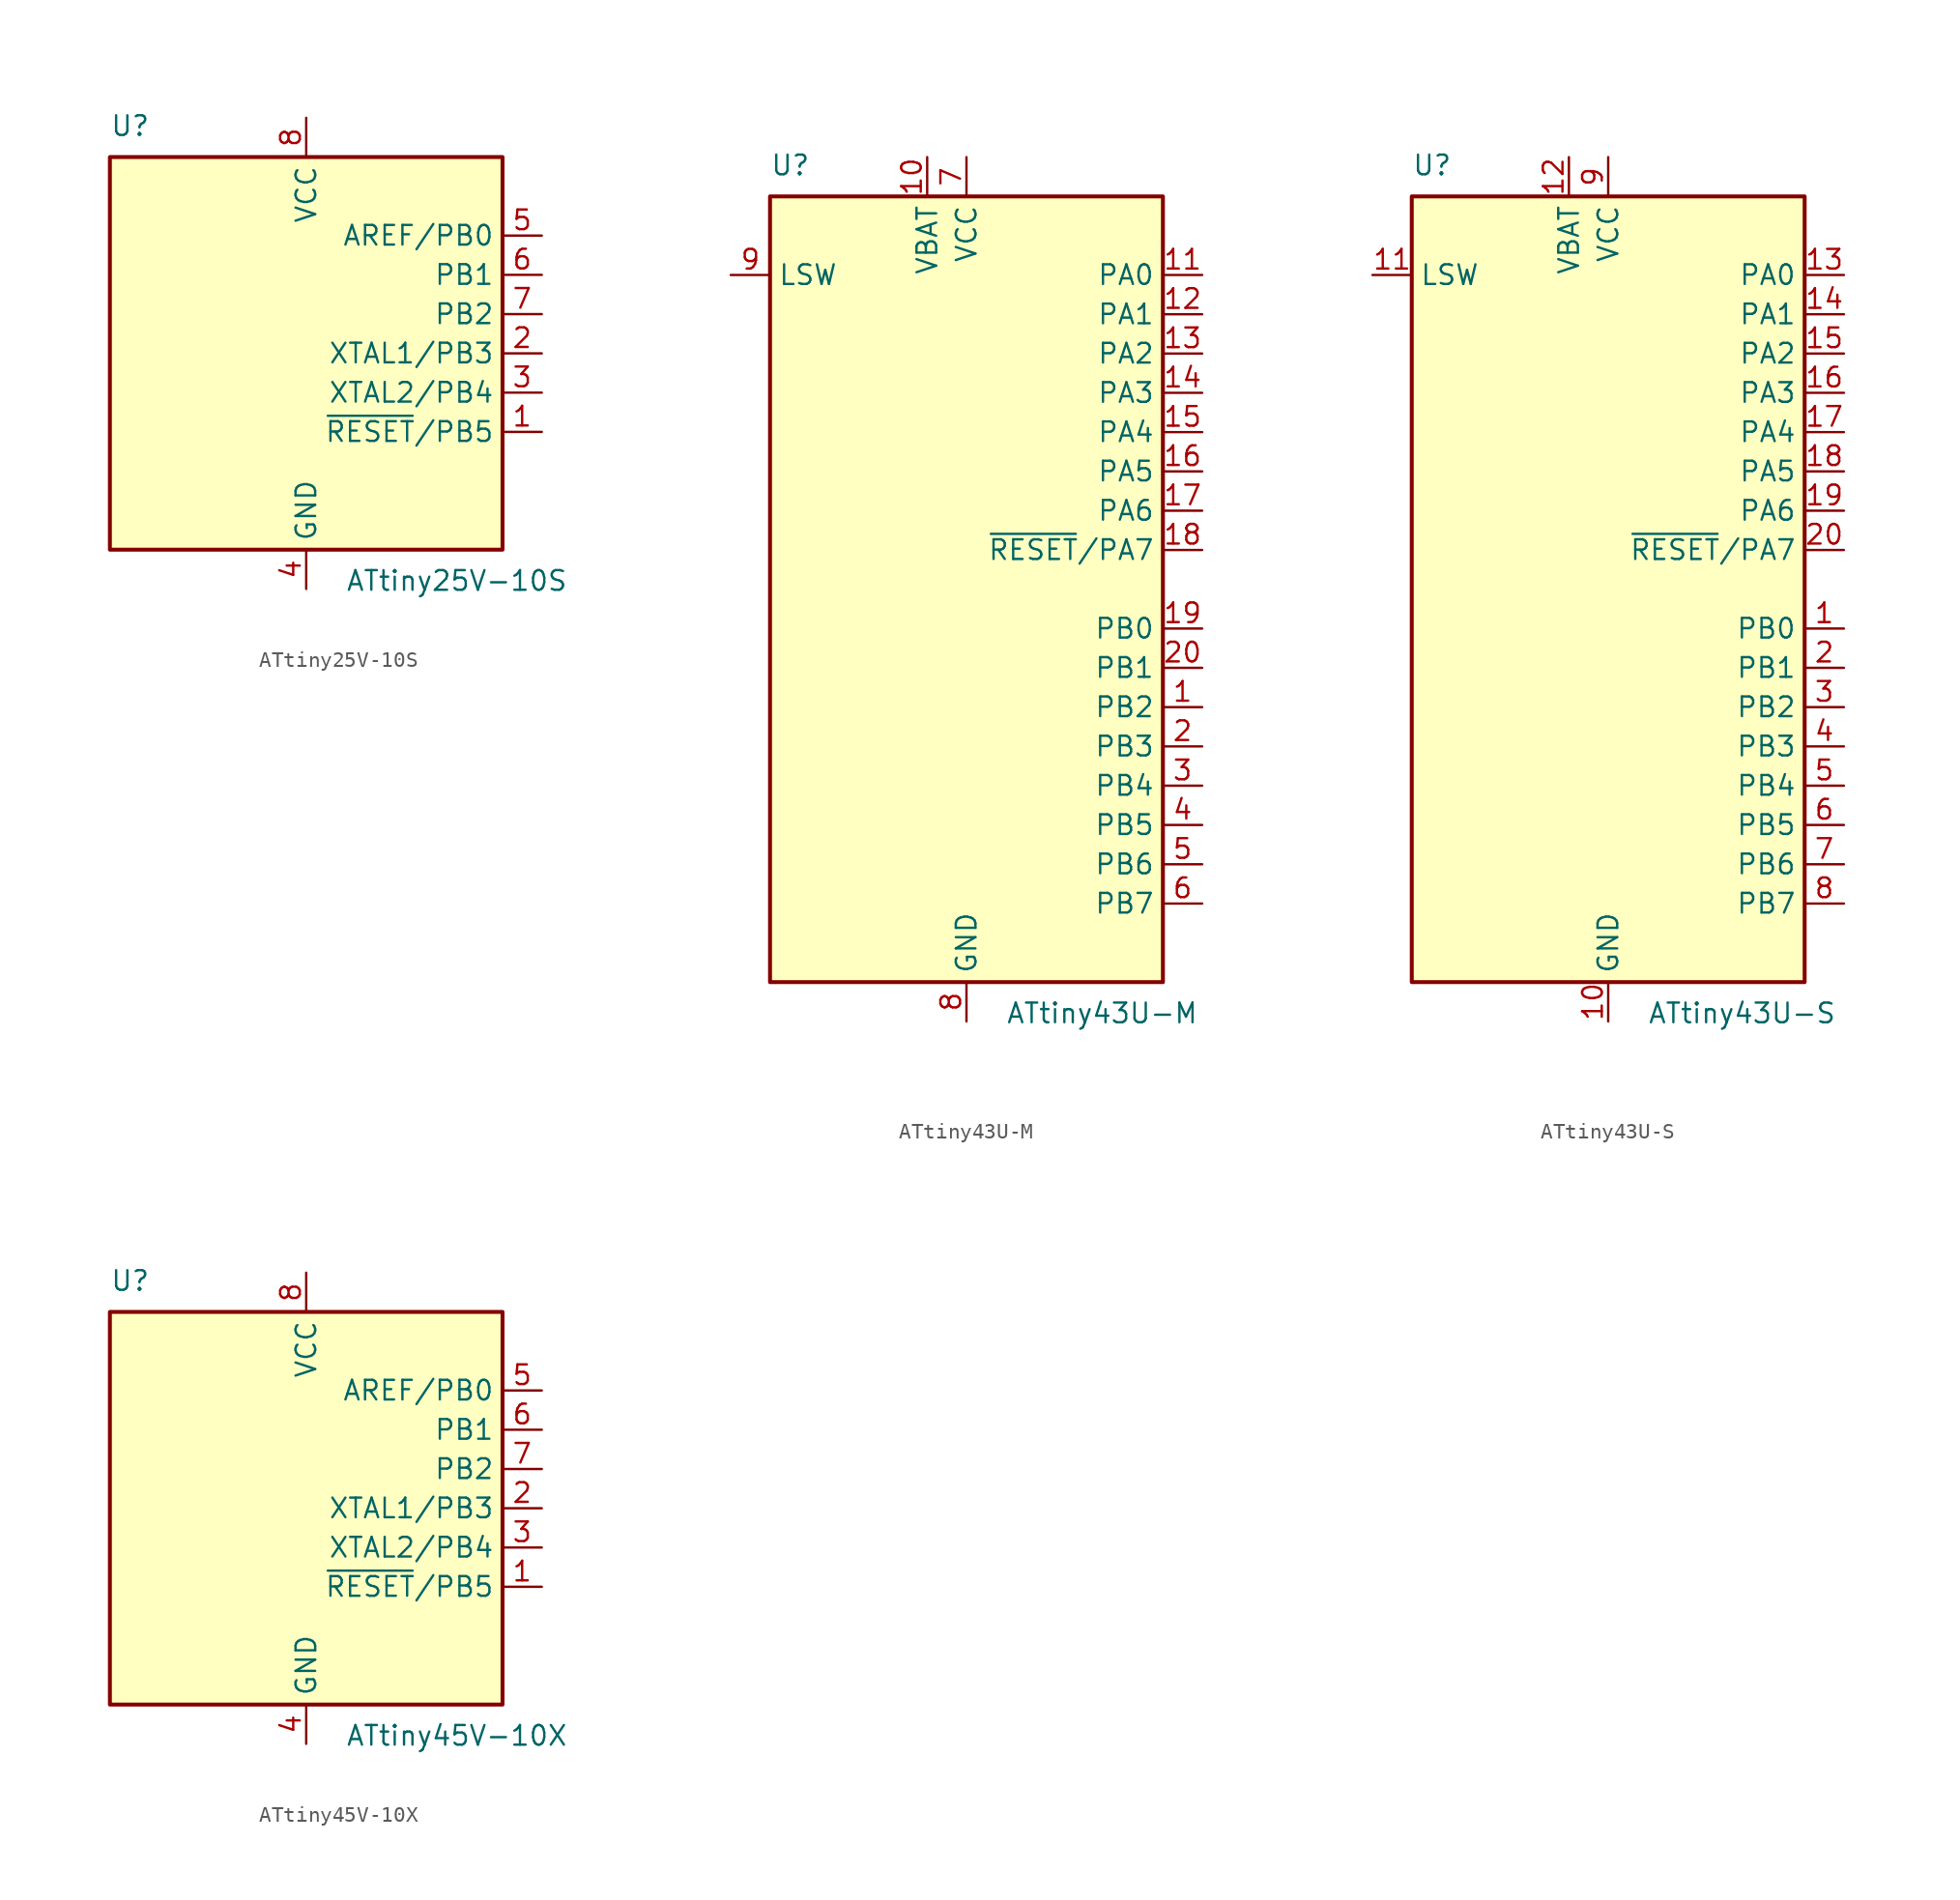
<source format=kicad_sym>
(kicad_symbol_lib
  (version 20220914)
  (generator kicad_symbol_editor)
  (symbol "ATtiny25V-10S"
    (property "Reference" "U"
      (at -12.7 13.97 0)
      (effects (font (size 1.27 1.27)) (justify left bottom)))
    (property "Value" "ATtiny25V-10S"
      (at 2.54 -13.97 0)
      (effects (font (size 1.27 1.27)) (justify left top)))
    (symbol "ATtiny25V-10S_0_1"
      (rectangle (start -12.7 -12.7) (end 12.7 12.7) (stroke (width 0.254) (type default)) (fill (type background))))
    (symbol "ATtiny25V-10S_1_1"
      (pin bidirectional line (at 15.24 -5.08 180) (length 2.54) (name "~{RESET}/PB5" (effects (font (size 1.27 1.27)))) (number "1" (effects (font (size 1.27 1.27)))))
      (pin bidirectional line (at 15.24 0 180) (length 2.54) (name "XTAL1/PB3" (effects (font (size 1.27 1.27)))) (number "2" (effects (font (size 1.27 1.27)))))
      (pin bidirectional line (at 15.24 -2.54 180) (length 2.54) (name "XTAL2/PB4" (effects (font (size 1.27 1.27)))) (number "3" (effects (font (size 1.27 1.27)))))
      (pin power_in line (at 0 -15.24 90) (length 2.54) (name "GND" (effects (font (size 1.27 1.27)))) (number "4" (effects (font (size 1.27 1.27)))))
      (pin bidirectional line (at 15.24 7.62 180) (length 2.54) (name "AREF/PB0" (effects (font (size 1.27 1.27)))) (number "5" (effects (font (size 1.27 1.27)))))
      (pin bidirectional line (at 15.24 5.08 180) (length 2.54) (name "PB1" (effects (font (size 1.27 1.27)))) (number "6" (effects (font (size 1.27 1.27)))))
      (pin bidirectional line (at 15.24 2.54 180) (length 2.54) (name "PB2" (effects (font (size 1.27 1.27)))) (number "7" (effects (font (size 1.27 1.27)))))
      (pin power_in line (at 0 15.24 270) (length 2.54) (name "VCC" (effects (font (size 1.27 1.27)))) (number "8" (effects (font (size 1.27 1.27)))))))
  (symbol "ATtiny43U-M"
    (property "Reference" "U"
      (at -12.7 26.67 0)
      (effects (font (size 1.27 1.27)) (justify left bottom)))
    (property "Value" "ATtiny43U-M"
      (at 2.54 -26.67 0)
      (effects (font (size 1.27 1.27)) (justify left top)))
    (symbol "ATtiny43U-M_0_1"
      (rectangle (start -12.7 -25.4) (end 12.7 25.4) (stroke (width 0.254) (type default)) (fill (type background))))
    (symbol "ATtiny43U-M_1_1"
      (pin bidirectional line (at 15.24 -7.62 180) (length 2.54) (name "PB2" (effects (font (size 1.27 1.27)))) (number "1" (effects (font (size 1.27 1.27)))))
      (pin power_in line (at -2.54 27.94 270) (length 2.54) (name "VBAT" (effects (font (size 1.27 1.27)))) (number "10" (effects (font (size 1.27 1.27)))))
      (pin bidirectional line (at 15.24 20.32 180) (length 2.54) (name "PA0" (effects (font (size 1.27 1.27)))) (number "11" (effects (font (size 1.27 1.27)))))
      (pin bidirectional line (at 15.24 17.78 180) (length 2.54) (name "PA1" (effects (font (size 1.27 1.27)))) (number "12" (effects (font (size 1.27 1.27)))))
      (pin bidirectional line (at 15.24 15.24 180) (length 2.54) (name "PA2" (effects (font (size 1.27 1.27)))) (number "13" (effects (font (size 1.27 1.27)))))
      (pin bidirectional line (at 15.24 12.7 180) (length 2.54) (name "PA3" (effects (font (size 1.27 1.27)))) (number "14" (effects (font (size 1.27 1.27)))))
      (pin bidirectional line (at 15.24 10.16 180) (length 2.54) (name "PA4" (effects (font (size 1.27 1.27)))) (number "15" (effects (font (size 1.27 1.27)))))
      (pin bidirectional line (at 15.24 7.62 180) (length 2.54) (name "PA5" (effects (font (size 1.27 1.27)))) (number "16" (effects (font (size 1.27 1.27)))))
      (pin bidirectional line (at 15.24 5.08 180) (length 2.54) (name "PA6" (effects (font (size 1.27 1.27)))) (number "17" (effects (font (size 1.27 1.27)))))
      (pin bidirectional line (at 15.24 2.54 180) (length 2.54) (name "~{RESET}/PA7" (effects (font (size 1.27 1.27)))) (number "18" (effects (font (size 1.27 1.27)))))
      (pin bidirectional line (at 15.24 -2.54 180) (length 2.54) (name "PB0" (effects (font (size 1.27 1.27)))) (number "19" (effects (font (size 1.27 1.27)))))
      (pin bidirectional line (at 15.24 -10.16 180) (length 2.54) (name "PB3" (effects (font (size 1.27 1.27)))) (number "2" (effects (font (size 1.27 1.27)))))
      (pin bidirectional line (at 15.24 -5.08 180) (length 2.54) (name "PB1" (effects (font (size 1.27 1.27)))) (number "20" (effects (font (size 1.27 1.27)))))
      (pin passive line (at 0 -27.94 90) (length 2.54) hide (name "GND" (effects (font (size 1.27 1.27)))) (number "21" (effects (font (size 1.27 1.27)))))
      (pin bidirectional line (at 15.24 -12.7 180) (length 2.54) (name "PB4" (effects (font (size 1.27 1.27)))) (number "3" (effects (font (size 1.27 1.27)))))
      (pin bidirectional line (at 15.24 -15.24 180) (length 2.54) (name "PB5" (effects (font (size 1.27 1.27)))) (number "4" (effects (font (size 1.27 1.27)))))
      (pin bidirectional line (at 15.24 -17.78 180) (length 2.54) (name "PB6" (effects (font (size 1.27 1.27)))) (number "5" (effects (font (size 1.27 1.27)))))
      (pin bidirectional line (at 15.24 -20.32 180) (length 2.54) (name "PB7" (effects (font (size 1.27 1.27)))) (number "6" (effects (font (size 1.27 1.27)))))
      (pin power_in line (at 0 27.94 270) (length 2.54) (name "VCC" (effects (font (size 1.27 1.27)))) (number "7" (effects (font (size 1.27 1.27)))))
      (pin power_in line (at 0 -27.94 90) (length 2.54) (name "GND" (effects (font (size 1.27 1.27)))) (number "8" (effects (font (size 1.27 1.27)))))
      (pin passive line (at -15.24 20.32 0) (length 2.54) (name "LSW" (effects (font (size 1.27 1.27)))) (number "9" (effects (font (size 1.27 1.27)))))))
  (symbol "ATtiny43U-S"
    (property "Reference" "U"
      (at -12.7 26.67 0)
      (effects (font (size 1.27 1.27)) (justify left bottom)))
    (property "Value" "ATtiny43U-S"
      (at 2.54 -26.67 0)
      (effects (font (size 1.27 1.27)) (justify left top)))
    (symbol "ATtiny43U-S_0_1"
      (rectangle (start -12.7 -25.4) (end 12.7 25.4) (stroke (width 0.254) (type default)) (fill (type background))))
    (symbol "ATtiny43U-S_1_1"
      (pin bidirectional line (at 15.24 -2.54 180) (length 2.54) (name "PB0" (effects (font (size 1.27 1.27)))) (number "1" (effects (font (size 1.27 1.27)))))
      (pin power_in line (at 0 -27.94 90) (length 2.54) (name "GND" (effects (font (size 1.27 1.27)))) (number "10" (effects (font (size 1.27 1.27)))))
      (pin passive line (at -15.24 20.32 0) (length 2.54) (name "LSW" (effects (font (size 1.27 1.27)))) (number "11" (effects (font (size 1.27 1.27)))))
      (pin power_in line (at -2.54 27.94 270) (length 2.54) (name "VBAT" (effects (font (size 1.27 1.27)))) (number "12" (effects (font (size 1.27 1.27)))))
      (pin bidirectional line (at 15.24 20.32 180) (length 2.54) (name "PA0" (effects (font (size 1.27 1.27)))) (number "13" (effects (font (size 1.27 1.27)))))
      (pin bidirectional line (at 15.24 17.78 180) (length 2.54) (name "PA1" (effects (font (size 1.27 1.27)))) (number "14" (effects (font (size 1.27 1.27)))))
      (pin bidirectional line (at 15.24 15.24 180) (length 2.54) (name "PA2" (effects (font (size 1.27 1.27)))) (number "15" (effects (font (size 1.27 1.27)))))
      (pin bidirectional line (at 15.24 12.7 180) (length 2.54) (name "PA3" (effects (font (size 1.27 1.27)))) (number "16" (effects (font (size 1.27 1.27)))))
      (pin bidirectional line (at 15.24 10.16 180) (length 2.54) (name "PA4" (effects (font (size 1.27 1.27)))) (number "17" (effects (font (size 1.27 1.27)))))
      (pin bidirectional line (at 15.24 7.62 180) (length 2.54) (name "PA5" (effects (font (size 1.27 1.27)))) (number "18" (effects (font (size 1.27 1.27)))))
      (pin bidirectional line (at 15.24 5.08 180) (length 2.54) (name "PA6" (effects (font (size 1.27 1.27)))) (number "19" (effects (font (size 1.27 1.27)))))
      (pin bidirectional line (at 15.24 -5.08 180) (length 2.54) (name "PB1" (effects (font (size 1.27 1.27)))) (number "2" (effects (font (size 1.27 1.27)))))
      (pin bidirectional line (at 15.24 2.54 180) (length 2.54) (name "~{RESET}/PA7" (effects (font (size 1.27 1.27)))) (number "20" (effects (font (size 1.27 1.27)))))
      (pin bidirectional line (at 15.24 -7.62 180) (length 2.54) (name "PB2" (effects (font (size 1.27 1.27)))) (number "3" (effects (font (size 1.27 1.27)))))
      (pin bidirectional line (at 15.24 -10.16 180) (length 2.54) (name "PB3" (effects (font (size 1.27 1.27)))) (number "4" (effects (font (size 1.27 1.27)))))
      (pin bidirectional line (at 15.24 -12.7 180) (length 2.54) (name "PB4" (effects (font (size 1.27 1.27)))) (number "5" (effects (font (size 1.27 1.27)))))
      (pin bidirectional line (at 15.24 -15.24 180) (length 2.54) (name "PB5" (effects (font (size 1.27 1.27)))) (number "6" (effects (font (size 1.27 1.27)))))
      (pin bidirectional line (at 15.24 -17.78 180) (length 2.54) (name "PB6" (effects (font (size 1.27 1.27)))) (number "7" (effects (font (size 1.27 1.27)))))
      (pin bidirectional line (at 15.24 -20.32 180) (length 2.54) (name "PB7" (effects (font (size 1.27 1.27)))) (number "8" (effects (font (size 1.27 1.27)))))
      (pin power_in line (at 0 27.94 270) (length 2.54) (name "VCC" (effects (font (size 1.27 1.27)))) (number "9" (effects (font (size 1.27 1.27)))))))
  (symbol "ATtiny45V-10X"
    (property "Reference" "U"
      (at -12.7 13.97 0)
      (effects (font (size 1.27 1.27)) (justify left bottom)))
    (property "Value" "ATtiny45V-10X"
      (at 2.54 -13.97 0)
      (effects (font (size 1.27 1.27)) (justify left top)))
    (symbol "ATtiny45V-10X_0_1"
      (rectangle (start -12.7 -12.7) (end 12.7 12.7) (stroke (width 0.254) (type default)) (fill (type background))))
    (symbol "ATtiny45V-10X_1_1"
      (pin bidirectional line (at 15.24 -5.08 180) (length 2.54) (name "~{RESET}/PB5" (effects (font (size 1.27 1.27)))) (number "1" (effects (font (size 1.27 1.27)))))
      (pin bidirectional line (at 15.24 0 180) (length 2.54) (name "XTAL1/PB3" (effects (font (size 1.27 1.27)))) (number "2" (effects (font (size 1.27 1.27)))))
      (pin bidirectional line (at 15.24 -2.54 180) (length 2.54) (name "XTAL2/PB4" (effects (font (size 1.27 1.27)))) (number "3" (effects (font (size 1.27 1.27)))))
      (pin power_in line (at 0 -15.24 90) (length 2.54) (name "GND" (effects (font (size 1.27 1.27)))) (number "4" (effects (font (size 1.27 1.27)))))
      (pin bidirectional line (at 15.24 7.62 180) (length 2.54) (name "AREF/PB0" (effects (font (size 1.27 1.27)))) (number "5" (effects (font (size 1.27 1.27)))))
      (pin bidirectional line (at 15.24 5.08 180) (length 2.54) (name "PB1" (effects (font (size 1.27 1.27)))) (number "6" (effects (font (size 1.27 1.27)))))
      (pin bidirectional line (at 15.24 2.54 180) (length 2.54) (name "PB2" (effects (font (size 1.27 1.27)))) (number "7" (effects (font (size 1.27 1.27)))))
      (pin power_in line (at 0 15.24 270) (length 2.54) (name "VCC" (effects (font (size 1.27 1.27)))) (number "8" (effects (font (size 1.27 1.27))))))))
</source>
